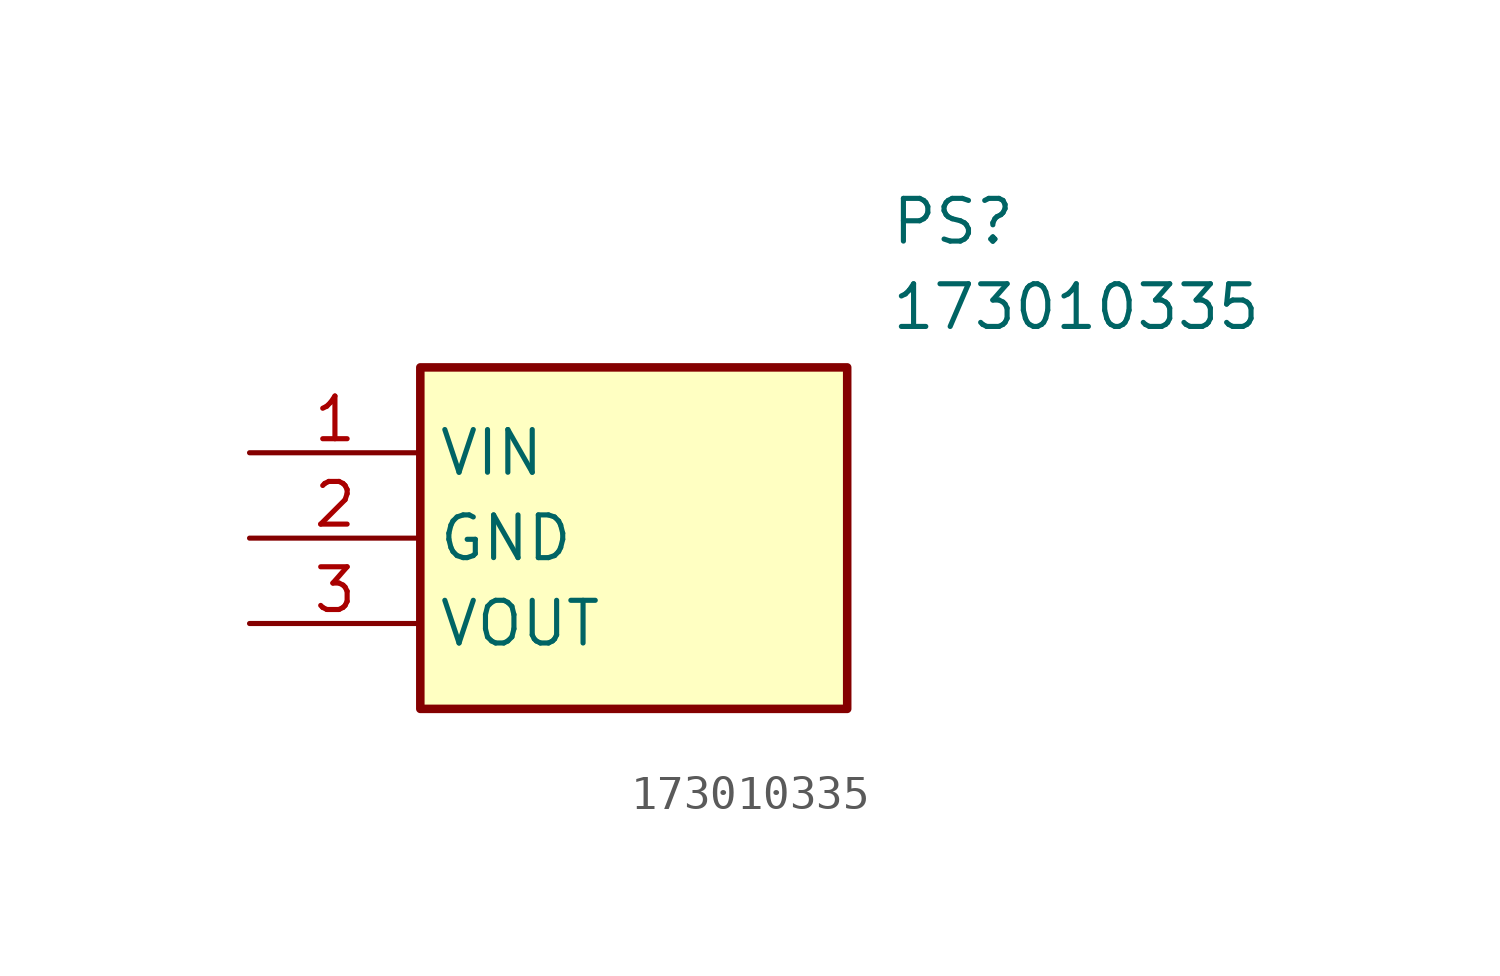
<source format=kicad_sym>
(kicad_symbol_lib
  (version 20211014)
  (generator SamacSys_ECAD_Model)
  (symbol "173010335"
    (property "Reference" "PS"
      (at 19.05 7.62 0)
      (effects (font (size 1.27 1.27)) (justify left top)))
    (property "Value" "173010335"
      (at 19.05 5.08 0)
      (effects (font (size 1.27 1.27)) (justify left top)))
    (rectangle
      (start 5.08 2.54)
      (end 17.78 -7.62)
      (stroke (width 0.254) (type default))
      (fill (type background)))
    (pin passive line
      (at 0 0 0)
      (length 5.08)
      (name "VIN" (effects (font (size 1.27 1.27))))
      (number "1" (effects (font (size 1.27 1.27)))))
    (pin passive line
      (at 0 -2.54 0)
      (length 5.08)
      (name "GND" (effects (font (size 1.27 1.27))))
      (number "2" (effects (font (size 1.27 1.27)))))
    (pin passive line
      (at 0 -5.08 0)
      (length 5.08)
      (name "VOUT" (effects (font (size 1.27 1.27))))
      (number "3" (effects (font (size 1.27 1.27)))))))
</source>
